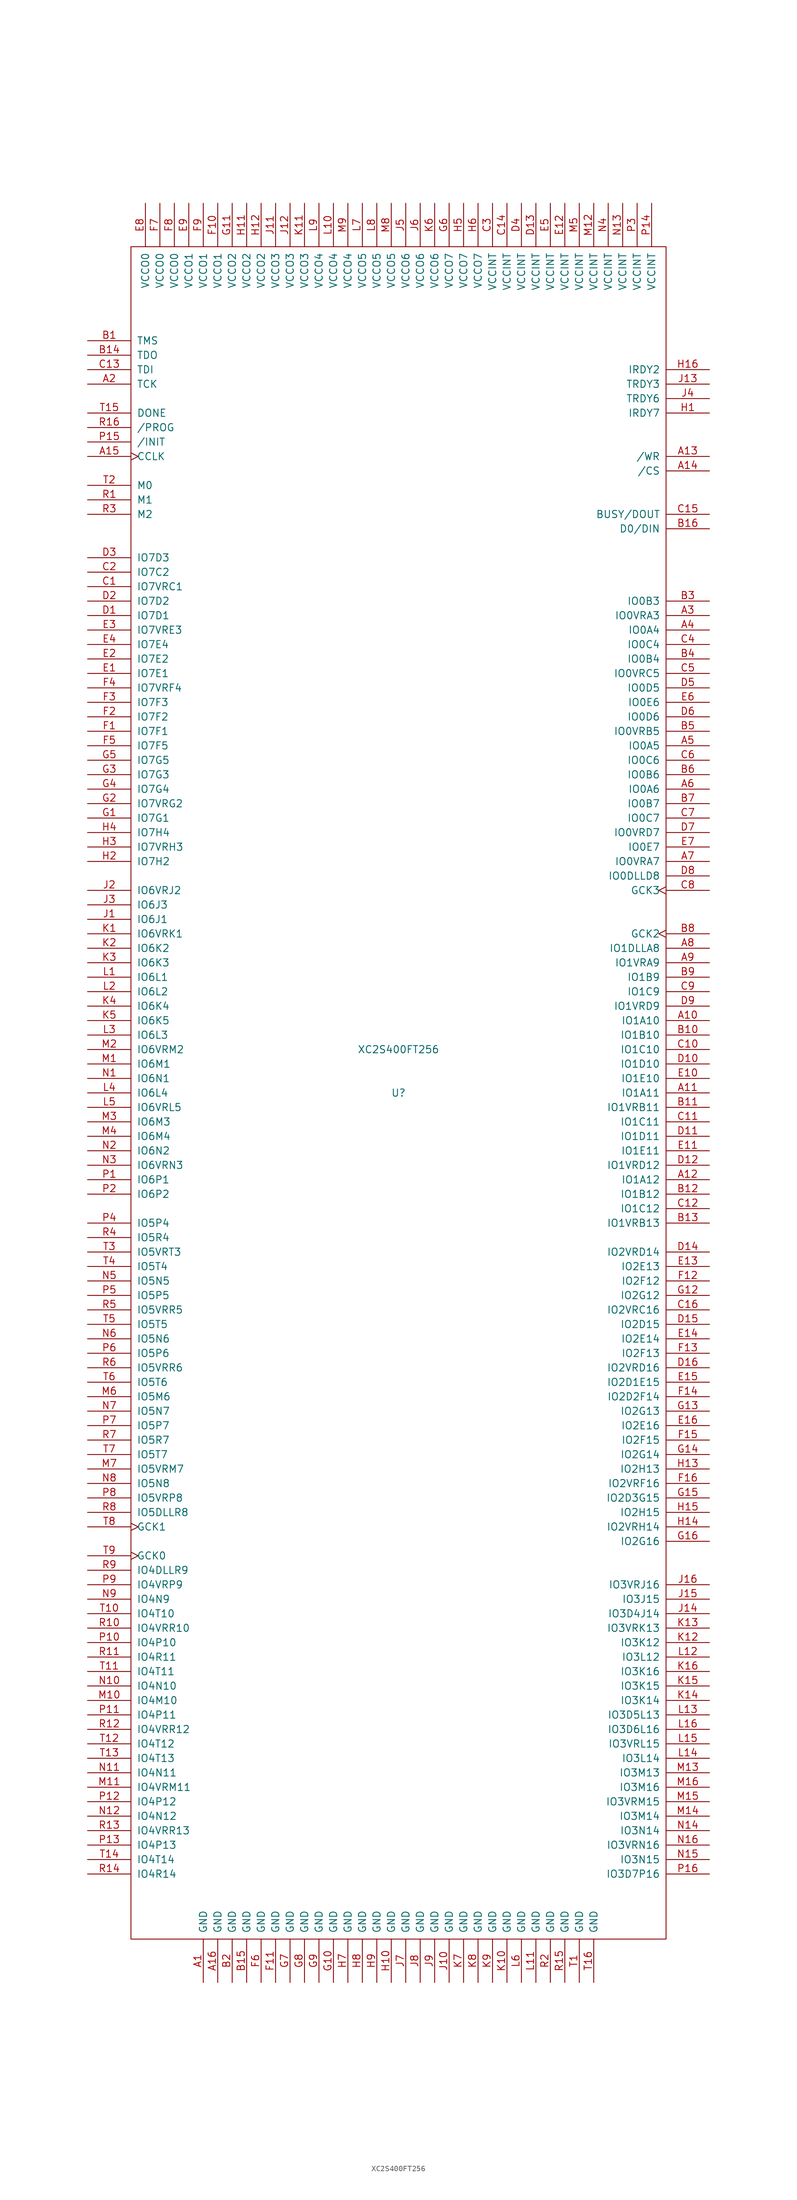
<source format=kicad_sym>
(kicad_symbol_lib
  (version 20201005)
  (generator kicad_symbol_editor)
  (symbol "XC2S400FT256"
    (pin_names
      (offset 1.016))
    (property "Reference" "U"
      (at 0 0 0)
      (effects (font (size 1.27 1.27))))
    (property "Value" "XC2S400FT256"
      (at 0 7.62 0)
      (effects (font (size 1.27 1.27))))
    (symbol "XC2S400FT256_0_1"
      (rectangle (start 46.99 -148.59) (end -46.99 148.59) (stroke (width 0)) (fill (type none))))
    (symbol "XC2S400FT256_1_1"
      (pin power_in line (at -34.29 -156.21 90) (length 7.62) (name "GND" (effects (font (size 1.27 1.27)))) (number "A1" (effects (font (size 1.27 1.27)))))
      (pin bidirectional line (at 54.61 12.7 180) (length 7.62) (name "IO1A10" (effects (font (size 1.27 1.27)))) (number "A10" (effects (font (size 1.27 1.27)))))
      (pin bidirectional line (at 54.61 0 180) (length 7.62) (name "IO1A11" (effects (font (size 1.27 1.27)))) (number "A11" (effects (font (size 1.27 1.27)))))
      (pin bidirectional line (at 54.61 -15.24 180) (length 7.62) (name "IO1A12" (effects (font (size 1.27 1.27)))) (number "A12" (effects (font (size 1.27 1.27)))))
      (pin bidirectional line (at 54.61 111.76 180) (length 7.62) (name "/WR" (effects (font (size 1.27 1.27)))) (number "A13" (effects (font (size 1.27 1.27)))))
      (pin bidirectional line (at 54.61 109.22 180) (length 7.62) (name "/CS" (effects (font (size 1.27 1.27)))) (number "A14" (effects (font (size 1.27 1.27)))))
      (pin bidirectional clock (at -54.61 111.76 0) (length 7.62) (name "CCLK" (effects (font (size 1.27 1.27)))) (number "A15" (effects (font (size 1.27 1.27)))))
      (pin power_in line (at -31.75 -156.21 90) (length 7.62) (name "GND" (effects (font (size 1.27 1.27)))) (number "A16" (effects (font (size 1.27 1.27)))))
      (pin bidirectional line (at -54.61 124.46 0) (length 7.62) (name "TCK" (effects (font (size 1.27 1.27)))) (number "A2" (effects (font (size 1.27 1.27)))))
      (pin bidirectional line (at 54.61 83.82 180) (length 7.62) (name "IO0VRA3" (effects (font (size 1.27 1.27)))) (number "A3" (effects (font (size 1.27 1.27)))))
      (pin bidirectional line (at 54.61 81.28 180) (length 7.62) (name "IO0A4" (effects (font (size 1.27 1.27)))) (number "A4" (effects (font (size 1.27 1.27)))))
      (pin bidirectional line (at 54.61 60.96 180) (length 7.62) (name "IO0A5" (effects (font (size 1.27 1.27)))) (number "A5" (effects (font (size 1.27 1.27)))))
      (pin bidirectional line (at 54.61 53.34 180) (length 7.62) (name "IO0A6" (effects (font (size 1.27 1.27)))) (number "A6" (effects (font (size 1.27 1.27)))))
      (pin bidirectional line (at 54.61 40.64 180) (length 7.62) (name "IO0VRA7" (effects (font (size 1.27 1.27)))) (number "A7" (effects (font (size 1.27 1.27)))))
      (pin bidirectional line (at 54.61 25.4 180) (length 7.62) (name "IO1DLLA8" (effects (font (size 1.27 1.27)))) (number "A8" (effects (font (size 1.27 1.27)))))
      (pin bidirectional line (at 54.61 22.86 180) (length 7.62) (name "IO1VRA9" (effects (font (size 1.27 1.27)))) (number "A9" (effects (font (size 1.27 1.27)))))
      (pin bidirectional line (at -54.61 132.08 0) (length 7.62) (name "TMS" (effects (font (size 1.27 1.27)))) (number "B1" (effects (font (size 1.27 1.27)))))
      (pin bidirectional line (at 54.61 10.16 180) (length 7.62) (name "IO1B10" (effects (font (size 1.27 1.27)))) (number "B10" (effects (font (size 1.27 1.27)))))
      (pin bidirectional line (at 54.61 -2.54 180) (length 7.62) (name "IO1VRB11" (effects (font (size 1.27 1.27)))) (number "B11" (effects (font (size 1.27 1.27)))))
      (pin bidirectional line (at 54.61 -17.78 180) (length 7.62) (name "IO1B12" (effects (font (size 1.27 1.27)))) (number "B12" (effects (font (size 1.27 1.27)))))
      (pin bidirectional line (at 54.61 -22.86 180) (length 7.62) (name "IO1VRB13" (effects (font (size 1.27 1.27)))) (number "B13" (effects (font (size 1.27 1.27)))))
      (pin bidirectional line (at -54.61 129.54 0) (length 7.62) (name "TDO" (effects (font (size 1.27 1.27)))) (number "B14" (effects (font (size 1.27 1.27)))))
      (pin power_in line (at -26.67 -156.21 90) (length 7.62) (name "GND" (effects (font (size 1.27 1.27)))) (number "B15" (effects (font (size 1.27 1.27)))))
      (pin bidirectional line (at 54.61 99.06 180) (length 7.62) (name "D0/DIN" (effects (font (size 1.27 1.27)))) (number "B16" (effects (font (size 1.27 1.27)))))
      (pin power_in line (at -29.21 -156.21 90) (length 7.62) (name "GND" (effects (font (size 1.27 1.27)))) (number "B2" (effects (font (size 1.27 1.27)))))
      (pin bidirectional line (at 54.61 86.36 180) (length 7.62) (name "IO0B3" (effects (font (size 1.27 1.27)))) (number "B3" (effects (font (size 1.27 1.27)))))
      (pin bidirectional line (at 54.61 76.2 180) (length 7.62) (name "IO0B4" (effects (font (size 1.27 1.27)))) (number "B4" (effects (font (size 1.27 1.27)))))
      (pin bidirectional line (at 54.61 63.5 180) (length 7.62) (name "IO0VRB5" (effects (font (size 1.27 1.27)))) (number "B5" (effects (font (size 1.27 1.27)))))
      (pin bidirectional line (at 54.61 55.88 180) (length 7.62) (name "IO0B6" (effects (font (size 1.27 1.27)))) (number "B6" (effects (font (size 1.27 1.27)))))
      (pin bidirectional line (at 54.61 50.8 180) (length 7.62) (name "IO0B7" (effects (font (size 1.27 1.27)))) (number "B7" (effects (font (size 1.27 1.27)))))
      (pin input clock (at 54.61 27.94 180) (length 7.62) (name "GCK2" (effects (font (size 1.27 1.27)))) (number "B8" (effects (font (size 1.27 1.27)))))
      (pin bidirectional line (at 54.61 20.32 180) (length 7.62) (name "IO1B9" (effects (font (size 1.27 1.27)))) (number "B9" (effects (font (size 1.27 1.27)))))
      (pin bidirectional line (at -54.61 88.9 0) (length 7.62) (name "IO7VRC1" (effects (font (size 1.27 1.27)))) (number "C1" (effects (font (size 1.27 1.27)))))
      (pin bidirectional line (at 54.61 7.62 180) (length 7.62) (name "IO1C10" (effects (font (size 1.27 1.27)))) (number "C10" (effects (font (size 1.27 1.27)))))
      (pin bidirectional line (at 54.61 -5.08 180) (length 7.62) (name "IO1C11" (effects (font (size 1.27 1.27)))) (number "C11" (effects (font (size 1.27 1.27)))))
      (pin bidirectional line (at 54.61 -20.32 180) (length 7.62) (name "IO1C12" (effects (font (size 1.27 1.27)))) (number "C12" (effects (font (size 1.27 1.27)))))
      (pin bidirectional line (at -54.61 127 0) (length 7.62) (name "TDI" (effects (font (size 1.27 1.27)))) (number "C13" (effects (font (size 1.27 1.27)))))
      (pin power_in line (at 19.05 156.21 270) (length 7.62) (name "VCCINT" (effects (font (size 1.27 1.27)))) (number "C14" (effects (font (size 1.27 1.27)))))
      (pin bidirectional line (at 54.61 101.6 180) (length 7.62) (name "BUSY/DOUT" (effects (font (size 1.27 1.27)))) (number "C15" (effects (font (size 1.27 1.27)))))
      (pin bidirectional line (at 54.61 -38.1 180) (length 7.62) (name "IO2VRC16" (effects (font (size 1.27 1.27)))) (number "C16" (effects (font (size 1.27 1.27)))))
      (pin bidirectional line (at -54.61 91.44 0) (length 7.62) (name "IO7C2" (effects (font (size 1.27 1.27)))) (number "C2" (effects (font (size 1.27 1.27)))))
      (pin power_in line (at 16.51 156.21 270) (length 7.62) (name "VCCINT" (effects (font (size 1.27 1.27)))) (number "C3" (effects (font (size 1.27 1.27)))))
      (pin bidirectional line (at 54.61 78.74 180) (length 7.62) (name "IO0C4" (effects (font (size 1.27 1.27)))) (number "C4" (effects (font (size 1.27 1.27)))))
      (pin bidirectional line (at 54.61 73.66 180) (length 7.62) (name "IO0VRC5" (effects (font (size 1.27 1.27)))) (number "C5" (effects (font (size 1.27 1.27)))))
      (pin bidirectional line (at 54.61 58.42 180) (length 7.62) (name "IO0C6" (effects (font (size 1.27 1.27)))) (number "C6" (effects (font (size 1.27 1.27)))))
      (pin bidirectional line (at 54.61 48.26 180) (length 7.62) (name "IO0C7" (effects (font (size 1.27 1.27)))) (number "C7" (effects (font (size 1.27 1.27)))))
      (pin input clock (at 54.61 35.56 180) (length 7.62) (name "GCK3" (effects (font (size 1.27 1.27)))) (number "C8" (effects (font (size 1.27 1.27)))))
      (pin bidirectional line (at 54.61 17.78 180) (length 7.62) (name "IO1C9" (effects (font (size 1.27 1.27)))) (number "C9" (effects (font (size 1.27 1.27)))))
      (pin bidirectional line (at -54.61 83.82 0) (length 7.62) (name "IO7D1" (effects (font (size 1.27 1.27)))) (number "D1" (effects (font (size 1.27 1.27)))))
      (pin bidirectional line (at 54.61 5.08 180) (length 7.62) (name "IO1D10" (effects (font (size 1.27 1.27)))) (number "D10" (effects (font (size 1.27 1.27)))))
      (pin bidirectional line (at 54.61 -7.62 180) (length 7.62) (name "IO1D11" (effects (font (size 1.27 1.27)))) (number "D11" (effects (font (size 1.27 1.27)))))
      (pin bidirectional line (at 54.61 -12.7 180) (length 7.62) (name "IO1VRD12" (effects (font (size 1.27 1.27)))) (number "D12" (effects (font (size 1.27 1.27)))))
      (pin power_in line (at 24.13 156.21 270) (length 7.62) (name "VCCINT" (effects (font (size 1.27 1.27)))) (number "D13" (effects (font (size 1.27 1.27)))))
      (pin bidirectional line (at 54.61 -27.94 180) (length 7.62) (name "IO2VRD14" (effects (font (size 1.27 1.27)))) (number "D14" (effects (font (size 1.27 1.27)))))
      (pin bidirectional line (at 54.61 -40.64 180) (length 7.62) (name "IO2D15" (effects (font (size 1.27 1.27)))) (number "D15" (effects (font (size 1.27 1.27)))))
      (pin bidirectional line (at 54.61 -48.26 180) (length 7.62) (name "IO2VRD16" (effects (font (size 1.27 1.27)))) (number "D16" (effects (font (size 1.27 1.27)))))
      (pin bidirectional line (at -54.61 86.36 0) (length 7.62) (name "IO7D2" (effects (font (size 1.27 1.27)))) (number "D2" (effects (font (size 1.27 1.27)))))
      (pin bidirectional line (at -54.61 93.98 0) (length 7.62) (name "IO7D3" (effects (font (size 1.27 1.27)))) (number "D3" (effects (font (size 1.27 1.27)))))
      (pin power_in line (at 21.59 156.21 270) (length 7.62) (name "VCCINT" (effects (font (size 1.27 1.27)))) (number "D4" (effects (font (size 1.27 1.27)))))
      (pin bidirectional line (at 54.61 71.12 180) (length 7.62) (name "IO0D5" (effects (font (size 1.27 1.27)))) (number "D5" (effects (font (size 1.27 1.27)))))
      (pin bidirectional line (at 54.61 66.04 180) (length 7.62) (name "IO0D6" (effects (font (size 1.27 1.27)))) (number "D6" (effects (font (size 1.27 1.27)))))
      (pin bidirectional line (at 54.61 45.72 180) (length 7.62) (name "IO0VRD7" (effects (font (size 1.27 1.27)))) (number "D7" (effects (font (size 1.27 1.27)))))
      (pin bidirectional line (at 54.61 38.1 180) (length 7.62) (name "IO0DLLD8" (effects (font (size 1.27 1.27)))) (number "D8" (effects (font (size 1.27 1.27)))))
      (pin bidirectional line (at 54.61 15.24 180) (length 7.62) (name "IO1VRD9" (effects (font (size 1.27 1.27)))) (number "D9" (effects (font (size 1.27 1.27)))))
      (pin bidirectional line (at -54.61 73.66 0) (length 7.62) (name "IO7E1" (effects (font (size 1.27 1.27)))) (number "E1" (effects (font (size 1.27 1.27)))))
      (pin bidirectional line (at 54.61 2.54 180) (length 7.62) (name "IO1E10" (effects (font (size 1.27 1.27)))) (number "E10" (effects (font (size 1.27 1.27)))))
      (pin bidirectional line (at 54.61 -10.16 180) (length 7.62) (name "IO1E11" (effects (font (size 1.27 1.27)))) (number "E11" (effects (font (size 1.27 1.27)))))
      (pin power_in line (at 29.21 156.21 270) (length 7.62) (name "VCCINT" (effects (font (size 1.27 1.27)))) (number "E12" (effects (font (size 1.27 1.27)))))
      (pin bidirectional line (at 54.61 -30.48 180) (length 7.62) (name "IO2E13" (effects (font (size 1.27 1.27)))) (number "E13" (effects (font (size 1.27 1.27)))))
      (pin bidirectional line (at 54.61 -43.18 180) (length 7.62) (name "IO2E14" (effects (font (size 1.27 1.27)))) (number "E14" (effects (font (size 1.27 1.27)))))
      (pin bidirectional line (at 54.61 -50.8 180) (length 7.62) (name "IO2D1E15" (effects (font (size 1.27 1.27)))) (number "E15" (effects (font (size 1.27 1.27)))))
      (pin bidirectional line (at 54.61 -58.42 180) (length 7.62) (name "IO2E16" (effects (font (size 1.27 1.27)))) (number "E16" (effects (font (size 1.27 1.27)))))
      (pin bidirectional line (at -54.61 76.2 0) (length 7.62) (name "IO7E2" (effects (font (size 1.27 1.27)))) (number "E2" (effects (font (size 1.27 1.27)))))
      (pin bidirectional line (at -54.61 81.28 0) (length 7.62) (name "IO7VRE3" (effects (font (size 1.27 1.27)))) (number "E3" (effects (font (size 1.27 1.27)))))
      (pin bidirectional line (at -54.61 78.74 0) (length 7.62) (name "IO7E4" (effects (font (size 1.27 1.27)))) (number "E4" (effects (font (size 1.27 1.27)))))
      (pin power_in line (at 26.67 156.21 270) (length 7.62) (name "VCCINT" (effects (font (size 1.27 1.27)))) (number "E5" (effects (font (size 1.27 1.27)))))
      (pin bidirectional line (at 54.61 68.58 180) (length 7.62) (name "IO0E6" (effects (font (size 1.27 1.27)))) (number "E6" (effects (font (size 1.27 1.27)))))
      (pin bidirectional line (at 54.61 43.18 180) (length 7.62) (name "IO0E7" (effects (font (size 1.27 1.27)))) (number "E7" (effects (font (size 1.27 1.27)))))
      (pin power_in line (at -44.45 156.21 270) (length 7.62) (name "VCCO0" (effects (font (size 1.27 1.27)))) (number "E8" (effects (font (size 1.27 1.27)))))
      (pin power_in line (at -36.83 156.21 270) (length 7.62) (name "VCCO1" (effects (font (size 1.27 1.27)))) (number "E9" (effects (font (size 1.27 1.27)))))
      (pin bidirectional line (at -54.61 63.5 0) (length 7.62) (name "IO7F1" (effects (font (size 1.27 1.27)))) (number "F1" (effects (font (size 1.27 1.27)))))
      (pin power_in line (at -31.75 156.21 270) (length 7.62) (name "VCCO1" (effects (font (size 1.27 1.27)))) (number "F10" (effects (font (size 1.27 1.27)))))
      (pin power_in line (at -21.59 -156.21 90) (length 7.62) (name "GND" (effects (font (size 1.27 1.27)))) (number "F11" (effects (font (size 1.27 1.27)))))
      (pin bidirectional line (at 54.61 -33.02 180) (length 7.62) (name "IO2F12" (effects (font (size 1.27 1.27)))) (number "F12" (effects (font (size 1.27 1.27)))))
      (pin bidirectional line (at 54.61 -45.72 180) (length 7.62) (name "IO2F13" (effects (font (size 1.27 1.27)))) (number "F13" (effects (font (size 1.27 1.27)))))
      (pin bidirectional line (at 54.61 -53.34 180) (length 7.62) (name "IO2D2F14" (effects (font (size 1.27 1.27)))) (number "F14" (effects (font (size 1.27 1.27)))))
      (pin bidirectional line (at 54.61 -60.96 180) (length 7.62) (name "IO2F15" (effects (font (size 1.27 1.27)))) (number "F15" (effects (font (size 1.27 1.27)))))
      (pin bidirectional line (at 54.61 -68.58 180) (length 7.62) (name "IO2VRF16" (effects (font (size 1.27 1.27)))) (number "F16" (effects (font (size 1.27 1.27)))))
      (pin bidirectional line (at -54.61 66.04 0) (length 7.62) (name "IO7F2" (effects (font (size 1.27 1.27)))) (number "F2" (effects (font (size 1.27 1.27)))))
      (pin bidirectional line (at -54.61 68.58 0) (length 7.62) (name "IO7F3" (effects (font (size 1.27 1.27)))) (number "F3" (effects (font (size 1.27 1.27)))))
      (pin bidirectional line (at -54.61 71.12 0) (length 7.62) (name "IO7VRF4" (effects (font (size 1.27 1.27)))) (number "F4" (effects (font (size 1.27 1.27)))))
      (pin bidirectional line (at -54.61 60.96 0) (length 7.62) (name "IO7F5" (effects (font (size 1.27 1.27)))) (number "F5" (effects (font (size 1.27 1.27)))))
      (pin power_in line (at -24.13 -156.21 90) (length 7.62) (name "GND" (effects (font (size 1.27 1.27)))) (number "F6" (effects (font (size 1.27 1.27)))))
      (pin power_in line (at -41.91 156.21 270) (length 7.62) (name "VCCO0" (effects (font (size 1.27 1.27)))) (number "F7" (effects (font (size 1.27 1.27)))))
      (pin power_in line (at -39.37 156.21 270) (length 7.62) (name "VCCO0" (effects (font (size 1.27 1.27)))) (number "F8" (effects (font (size 1.27 1.27)))))
      (pin power_in line (at -34.29 156.21 270) (length 7.62) (name "VCCO1" (effects (font (size 1.27 1.27)))) (number "F9" (effects (font (size 1.27 1.27)))))
      (pin bidirectional line (at -54.61 48.26 0) (length 7.62) (name "IO7G1" (effects (font (size 1.27 1.27)))) (number "G1" (effects (font (size 1.27 1.27)))))
      (pin power_in line (at -11.43 -156.21 90) (length 7.62) (name "GND" (effects (font (size 1.27 1.27)))) (number "G10" (effects (font (size 1.27 1.27)))))
      (pin power_in line (at -29.21 156.21 270) (length 7.62) (name "VCCO2" (effects (font (size 1.27 1.27)))) (number "G11" (effects (font (size 1.27 1.27)))))
      (pin bidirectional line (at 54.61 -35.56 180) (length 7.62) (name "IO2G12" (effects (font (size 1.27 1.27)))) (number "G12" (effects (font (size 1.27 1.27)))))
      (pin bidirectional line (at 54.61 -55.88 180) (length 7.62) (name "IO2G13" (effects (font (size 1.27 1.27)))) (number "G13" (effects (font (size 1.27 1.27)))))
      (pin bidirectional line (at 54.61 -63.5 180) (length 7.62) (name "IO2G14" (effects (font (size 1.27 1.27)))) (number "G14" (effects (font (size 1.27 1.27)))))
      (pin bidirectional line (at 54.61 -71.12 180) (length 7.62) (name "IO2D3G15" (effects (font (size 1.27 1.27)))) (number "G15" (effects (font (size 1.27 1.27)))))
      (pin bidirectional line (at 54.61 -78.74 180) (length 7.62) (name "IO2G16" (effects (font (size 1.27 1.27)))) (number "G16" (effects (font (size 1.27 1.27)))))
      (pin bidirectional line (at -54.61 50.8 0) (length 7.62) (name "IO7VRG2" (effects (font (size 1.27 1.27)))) (number "G2" (effects (font (size 1.27 1.27)))))
      (pin bidirectional line (at -54.61 55.88 0) (length 7.62) (name "IO7G3" (effects (font (size 1.27 1.27)))) (number "G3" (effects (font (size 1.27 1.27)))))
      (pin bidirectional line (at -54.61 53.34 0) (length 7.62) (name "IO7G4" (effects (font (size 1.27 1.27)))) (number "G4" (effects (font (size 1.27 1.27)))))
      (pin bidirectional line (at -54.61 58.42 0) (length 7.62) (name "IO7G5" (effects (font (size 1.27 1.27)))) (number "G5" (effects (font (size 1.27 1.27)))))
      (pin power_in line (at 8.89 156.21 270) (length 7.62) (name "VCCO7" (effects (font (size 1.27 1.27)))) (number "G6" (effects (font (size 1.27 1.27)))))
      (pin power_in line (at -19.05 -156.21 90) (length 7.62) (name "GND" (effects (font (size 1.27 1.27)))) (number "G7" (effects (font (size 1.27 1.27)))))
      (pin power_in line (at -16.51 -156.21 90) (length 7.62) (name "GND" (effects (font (size 1.27 1.27)))) (number "G8" (effects (font (size 1.27 1.27)))))
      (pin power_in line (at -13.97 -156.21 90) (length 7.62) (name "GND" (effects (font (size 1.27 1.27)))) (number "G9" (effects (font (size 1.27 1.27)))))
      (pin bidirectional line (at 54.61 119.38 180) (length 7.62) (name "IRDY7" (effects (font (size 1.27 1.27)))) (number "H1" (effects (font (size 1.27 1.27)))))
      (pin power_in line (at -1.27 -156.21 90) (length 7.62) (name "GND" (effects (font (size 1.27 1.27)))) (number "H10" (effects (font (size 1.27 1.27)))))
      (pin power_in line (at -26.67 156.21 270) (length 7.62) (name "VCCO2" (effects (font (size 1.27 1.27)))) (number "H11" (effects (font (size 1.27 1.27)))))
      (pin power_in line (at -24.13 156.21 270) (length 7.62) (name "VCCO2" (effects (font (size 1.27 1.27)))) (number "H12" (effects (font (size 1.27 1.27)))))
      (pin bidirectional line (at 54.61 -66.04 180) (length 7.62) (name "IO2H13" (effects (font (size 1.27 1.27)))) (number "H13" (effects (font (size 1.27 1.27)))))
      (pin bidirectional line (at 54.61 -76.2 180) (length 7.62) (name "IO2VRH14" (effects (font (size 1.27 1.27)))) (number "H14" (effects (font (size 1.27 1.27)))))
      (pin bidirectional line (at 54.61 -73.66 180) (length 7.62) (name "IO2H15" (effects (font (size 1.27 1.27)))) (number "H15" (effects (font (size 1.27 1.27)))))
      (pin bidirectional line (at 54.61 127 180) (length 7.62) (name "IRDY2" (effects (font (size 1.27 1.27)))) (number "H16" (effects (font (size 1.27 1.27)))))
      (pin bidirectional line (at -54.61 40.64 0) (length 7.62) (name "IO7H2" (effects (font (size 1.27 1.27)))) (number "H2" (effects (font (size 1.27 1.27)))))
      (pin bidirectional line (at -54.61 43.18 0) (length 7.62) (name "IO7VRH3" (effects (font (size 1.27 1.27)))) (number "H3" (effects (font (size 1.27 1.27)))))
      (pin bidirectional line (at -54.61 45.72 0) (length 7.62) (name "IO7H4" (effects (font (size 1.27 1.27)))) (number "H4" (effects (font (size 1.27 1.27)))))
      (pin power_in line (at 11.43 156.21 270) (length 7.62) (name "VCCO7" (effects (font (size 1.27 1.27)))) (number "H5" (effects (font (size 1.27 1.27)))))
      (pin power_in line (at 13.97 156.21 270) (length 7.62) (name "VCCO7" (effects (font (size 1.27 1.27)))) (number "H6" (effects (font (size 1.27 1.27)))))
      (pin power_in line (at -8.89 -156.21 90) (length 7.62) (name "GND" (effects (font (size 1.27 1.27)))) (number "H7" (effects (font (size 1.27 1.27)))))
      (pin power_in line (at -6.35 -156.21 90) (length 7.62) (name "GND" (effects (font (size 1.27 1.27)))) (number "H8" (effects (font (size 1.27 1.27)))))
      (pin power_in line (at -3.81 -156.21 90) (length 7.62) (name "GND" (effects (font (size 1.27 1.27)))) (number "H9" (effects (font (size 1.27 1.27)))))
      (pin bidirectional line (at -54.61 30.48 0) (length 7.62) (name "IO6J1" (effects (font (size 1.27 1.27)))) (number "J1" (effects (font (size 1.27 1.27)))))
      (pin power_in line (at 8.89 -156.21 90) (length 7.62) (name "GND" (effects (font (size 1.27 1.27)))) (number "J10" (effects (font (size 1.27 1.27)))))
      (pin power_in line (at -21.59 156.21 270) (length 7.62) (name "VCCO3" (effects (font (size 1.27 1.27)))) (number "J11" (effects (font (size 1.27 1.27)))))
      (pin power_in line (at -19.05 156.21 270) (length 7.62) (name "VCCO3" (effects (font (size 1.27 1.27)))) (number "J12" (effects (font (size 1.27 1.27)))))
      (pin bidirectional line (at 54.61 124.46 180) (length 7.62) (name "TRDY3" (effects (font (size 1.27 1.27)))) (number "J13" (effects (font (size 1.27 1.27)))))
      (pin bidirectional line (at 54.61 -91.44 180) (length 7.62) (name "IO3D4J14" (effects (font (size 1.27 1.27)))) (number "J14" (effects (font (size 1.27 1.27)))))
      (pin bidirectional line (at 54.61 -88.9 180) (length 7.62) (name "IO3J15" (effects (font (size 1.27 1.27)))) (number "J15" (effects (font (size 1.27 1.27)))))
      (pin bidirectional line (at 54.61 -86.36 180) (length 7.62) (name "IO3VRJ16" (effects (font (size 1.27 1.27)))) (number "J16" (effects (font (size 1.27 1.27)))))
      (pin bidirectional line (at -54.61 35.56 0) (length 7.62) (name "IO6VRJ2" (effects (font (size 1.27 1.27)))) (number "J2" (effects (font (size 1.27 1.27)))))
      (pin bidirectional line (at -54.61 33.02 0) (length 7.62) (name "IO6J3" (effects (font (size 1.27 1.27)))) (number "J3" (effects (font (size 1.27 1.27)))))
      (pin bidirectional line (at 54.61 121.92 180) (length 7.62) (name "TRDY6" (effects (font (size 1.27 1.27)))) (number "J4" (effects (font (size 1.27 1.27)))))
      (pin power_in line (at 1.27 156.21 270) (length 7.62) (name "VCCO6" (effects (font (size 1.27 1.27)))) (number "J5" (effects (font (size 1.27 1.27)))))
      (pin power_in line (at 3.81 156.21 270) (length 7.62) (name "VCCO6" (effects (font (size 1.27 1.27)))) (number "J6" (effects (font (size 1.27 1.27)))))
      (pin power_in line (at 1.27 -156.21 90) (length 7.62) (name "GND" (effects (font (size 1.27 1.27)))) (number "J7" (effects (font (size 1.27 1.27)))))
      (pin power_in line (at 3.81 -156.21 90) (length 7.62) (name "GND" (effects (font (size 1.27 1.27)))) (number "J8" (effects (font (size 1.27 1.27)))))
      (pin power_in line (at 6.35 -156.21 90) (length 7.62) (name "GND" (effects (font (size 1.27 1.27)))) (number "J9" (effects (font (size 1.27 1.27)))))
      (pin bidirectional line (at -54.61 27.94 0) (length 7.62) (name "IO6VRK1" (effects (font (size 1.27 1.27)))) (number "K1" (effects (font (size 1.27 1.27)))))
      (pin power_in line (at 19.05 -156.21 90) (length 7.62) (name "GND" (effects (font (size 1.27 1.27)))) (number "K10" (effects (font (size 1.27 1.27)))))
      (pin power_in line (at -16.51 156.21 270) (length 7.62) (name "VCCO3" (effects (font (size 1.27 1.27)))) (number "K11" (effects (font (size 1.27 1.27)))))
      (pin bidirectional line (at 54.61 -96.52 180) (length 7.62) (name "IO3K12" (effects (font (size 1.27 1.27)))) (number "K12" (effects (font (size 1.27 1.27)))))
      (pin bidirectional line (at 54.61 -93.98 180) (length 7.62) (name "IO3VRK13" (effects (font (size 1.27 1.27)))) (number "K13" (effects (font (size 1.27 1.27)))))
      (pin bidirectional line (at 54.61 -106.68 180) (length 7.62) (name "IO3K14" (effects (font (size 1.27 1.27)))) (number "K14" (effects (font (size 1.27 1.27)))))
      (pin bidirectional line (at 54.61 -104.14 180) (length 7.62) (name "IO3K15" (effects (font (size 1.27 1.27)))) (number "K15" (effects (font (size 1.27 1.27)))))
      (pin bidirectional line (at 54.61 -101.6 180) (length 7.62) (name "IO3K16" (effects (font (size 1.27 1.27)))) (number "K16" (effects (font (size 1.27 1.27)))))
      (pin bidirectional line (at -54.61 25.4 0) (length 7.62) (name "IO6K2" (effects (font (size 1.27 1.27)))) (number "K2" (effects (font (size 1.27 1.27)))))
      (pin bidirectional line (at -54.61 22.86 0) (length 7.62) (name "IO6K3" (effects (font (size 1.27 1.27)))) (number "K3" (effects (font (size 1.27 1.27)))))
      (pin bidirectional line (at -54.61 15.24 0) (length 7.62) (name "IO6K4" (effects (font (size 1.27 1.27)))) (number "K4" (effects (font (size 1.27 1.27)))))
      (pin bidirectional line (at -54.61 12.7 0) (length 7.62) (name "IO6K5" (effects (font (size 1.27 1.27)))) (number "K5" (effects (font (size 1.27 1.27)))))
      (pin power_in line (at 6.35 156.21 270) (length 7.62) (name "VCCO6" (effects (font (size 1.27 1.27)))) (number "K6" (effects (font (size 1.27 1.27)))))
      (pin power_in line (at 11.43 -156.21 90) (length 7.62) (name "GND" (effects (font (size 1.27 1.27)))) (number "K7" (effects (font (size 1.27 1.27)))))
      (pin power_in line (at 13.97 -156.21 90) (length 7.62) (name "GND" (effects (font (size 1.27 1.27)))) (number "K8" (effects (font (size 1.27 1.27)))))
      (pin power_in line (at 16.51 -156.21 90) (length 7.62) (name "GND" (effects (font (size 1.27 1.27)))) (number "K9" (effects (font (size 1.27 1.27)))))
      (pin bidirectional line (at -54.61 20.32 0) (length 7.62) (name "IO6L1" (effects (font (size 1.27 1.27)))) (number "L1" (effects (font (size 1.27 1.27)))))
      (pin power_in line (at -11.43 156.21 270) (length 7.62) (name "VCCO4" (effects (font (size 1.27 1.27)))) (number "L10" (effects (font (size 1.27 1.27)))))
      (pin power_in line (at 24.13 -156.21 90) (length 7.62) (name "GND" (effects (font (size 1.27 1.27)))) (number "L11" (effects (font (size 1.27 1.27)))))
      (pin bidirectional line (at 54.61 -99.06 180) (length 7.62) (name "IO3L12" (effects (font (size 1.27 1.27)))) (number "L12" (effects (font (size 1.27 1.27)))))
      (pin bidirectional line (at 54.61 -109.22 180) (length 7.62) (name "IO3D5L13" (effects (font (size 1.27 1.27)))) (number "L13" (effects (font (size 1.27 1.27)))))
      (pin bidirectional line (at 54.61 -116.84 180) (length 7.62) (name "IO3L14" (effects (font (size 1.27 1.27)))) (number "L14" (effects (font (size 1.27 1.27)))))
      (pin bidirectional line (at 54.61 -114.3 180) (length 7.62) (name "IO3VRL15" (effects (font (size 1.27 1.27)))) (number "L15" (effects (font (size 1.27 1.27)))))
      (pin bidirectional line (at 54.61 -111.76 180) (length 7.62) (name "IO3D6L16" (effects (font (size 1.27 1.27)))) (number "L16" (effects (font (size 1.27 1.27)))))
      (pin bidirectional line (at -54.61 17.78 0) (length 7.62) (name "IO6L2" (effects (font (size 1.27 1.27)))) (number "L2" (effects (font (size 1.27 1.27)))))
      (pin bidirectional line (at -54.61 10.16 0) (length 7.62) (name "IO6L3" (effects (font (size 1.27 1.27)))) (number "L3" (effects (font (size 1.27 1.27)))))
      (pin bidirectional line (at -54.61 0 0) (length 7.62) (name "IO6L4" (effects (font (size 1.27 1.27)))) (number "L4" (effects (font (size 1.27 1.27)))))
      (pin bidirectional line (at -54.61 -2.54 0) (length 7.62) (name "IO6VRL5" (effects (font (size 1.27 1.27)))) (number "L5" (effects (font (size 1.27 1.27)))))
      (pin power_in line (at 21.59 -156.21 90) (length 7.62) (name "GND" (effects (font (size 1.27 1.27)))) (number "L6" (effects (font (size 1.27 1.27)))))
      (pin power_in line (at -6.35 156.21 270) (length 7.62) (name "VCCO5" (effects (font (size 1.27 1.27)))) (number "L7" (effects (font (size 1.27 1.27)))))
      (pin power_in line (at -3.81 156.21 270) (length 7.62) (name "VCCO5" (effects (font (size 1.27 1.27)))) (number "L8" (effects (font (size 1.27 1.27)))))
      (pin passive line (at -13.97 156.21 270) (length 7.62) (name "VCCO4" (effects (font (size 1.27 1.27)))) (number "L9" (effects (font (size 1.27 1.27)))))
      (pin bidirectional line (at -54.61 5.08 0) (length 7.62) (name "IO6M1" (effects (font (size 1.27 1.27)))) (number "M1" (effects (font (size 1.27 1.27)))))
      (pin bidirectional line (at -54.61 -106.68 0) (length 7.62) (name "IO4M10" (effects (font (size 1.27 1.27)))) (number "M10" (effects (font (size 1.27 1.27)))))
      (pin bidirectional line (at -54.61 -121.92 0) (length 7.62) (name "IO4VRM11" (effects (font (size 1.27 1.27)))) (number "M11" (effects (font (size 1.27 1.27)))))
      (pin power_in line (at 34.29 156.21 270) (length 7.62) (name "VCCINT" (effects (font (size 1.27 1.27)))) (number "M12" (effects (font (size 1.27 1.27)))))
      (pin bidirectional line (at 54.61 -119.38 180) (length 7.62) (name "IO3M13" (effects (font (size 1.27 1.27)))) (number "M13" (effects (font (size 1.27 1.27)))))
      (pin bidirectional line (at 54.61 -127 180) (length 7.62) (name "IO3M14" (effects (font (size 1.27 1.27)))) (number "M14" (effects (font (size 1.27 1.27)))))
      (pin bidirectional line (at 54.61 -124.46 180) (length 7.62) (name "IO3VRM15" (effects (font (size 1.27 1.27)))) (number "M15" (effects (font (size 1.27 1.27)))))
      (pin bidirectional line (at 54.61 -121.92 180) (length 7.62) (name "IO3M16" (effects (font (size 1.27 1.27)))) (number "M16" (effects (font (size 1.27 1.27)))))
      (pin bidirectional line (at -54.61 7.62 0) (length 7.62) (name "IO6VRM2" (effects (font (size 1.27 1.27)))) (number "M2" (effects (font (size 1.27 1.27)))))
      (pin bidirectional line (at -54.61 -5.08 0) (length 7.62) (name "IO6M3" (effects (font (size 1.27 1.27)))) (number "M3" (effects (font (size 1.27 1.27)))))
      (pin bidirectional line (at -54.61 -7.62 0) (length 7.62) (name "IO6M4" (effects (font (size 1.27 1.27)))) (number "M4" (effects (font (size 1.27 1.27)))))
      (pin power_in line (at 31.75 156.21 270) (length 7.62) (name "VCCINT" (effects (font (size 1.27 1.27)))) (number "M5" (effects (font (size 1.27 1.27)))))
      (pin bidirectional line (at -54.61 -53.34 0) (length 7.62) (name "IO5M6" (effects (font (size 1.27 1.27)))) (number "M6" (effects (font (size 1.27 1.27)))))
      (pin bidirectional line (at -54.61 -66.04 0) (length 7.62) (name "IO5VRM7" (effects (font (size 1.27 1.27)))) (number "M7" (effects (font (size 1.27 1.27)))))
      (pin power_in line (at -1.27 156.21 270) (length 7.62) (name "VCCO5" (effects (font (size 1.27 1.27)))) (number "M8" (effects (font (size 1.27 1.27)))))
      (pin power_in line (at -8.89 156.21 270) (length 7.62) (name "VCCO4" (effects (font (size 1.27 1.27)))) (number "M9" (effects (font (size 1.27 1.27)))))
      (pin bidirectional line (at -54.61 2.54 0) (length 7.62) (name "IO6N1" (effects (font (size 1.27 1.27)))) (number "N1" (effects (font (size 1.27 1.27)))))
      (pin bidirectional line (at -54.61 -104.14 0) (length 7.62) (name "IO4N10" (effects (font (size 1.27 1.27)))) (number "N10" (effects (font (size 1.27 1.27)))))
      (pin bidirectional line (at -54.61 -119.38 0) (length 7.62) (name "IO4N11" (effects (font (size 1.27 1.27)))) (number "N11" (effects (font (size 1.27 1.27)))))
      (pin bidirectional line (at -54.61 -127 0) (length 7.62) (name "IO4N12" (effects (font (size 1.27 1.27)))) (number "N12" (effects (font (size 1.27 1.27)))))
      (pin power_in line (at 39.37 156.21 270) (length 7.62) (name "VCCINT" (effects (font (size 1.27 1.27)))) (number "N13" (effects (font (size 1.27 1.27)))))
      (pin bidirectional line (at 54.61 -129.54 180) (length 7.62) (name "IO3N14" (effects (font (size 1.27 1.27)))) (number "N14" (effects (font (size 1.27 1.27)))))
      (pin bidirectional line (at 54.61 -134.62 180) (length 7.62) (name "IO3N15" (effects (font (size 1.27 1.27)))) (number "N15" (effects (font (size 1.27 1.27)))))
      (pin bidirectional line (at 54.61 -132.08 180) (length 7.62) (name "IO3VRN16" (effects (font (size 1.27 1.27)))) (number "N16" (effects (font (size 1.27 1.27)))))
      (pin bidirectional line (at -54.61 -10.16 0) (length 7.62) (name "IO6N2" (effects (font (size 1.27 1.27)))) (number "N2" (effects (font (size 1.27 1.27)))))
      (pin bidirectional line (at -54.61 -12.7 0) (length 7.62) (name "IO6VRN3" (effects (font (size 1.27 1.27)))) (number "N3" (effects (font (size 1.27 1.27)))))
      (pin power_in line (at 36.83 156.21 270) (length 7.62) (name "VCCINT" (effects (font (size 1.27 1.27)))) (number "N4" (effects (font (size 1.27 1.27)))))
      (pin bidirectional line (at -54.61 -33.02 0) (length 7.62) (name "IO5N5" (effects (font (size 1.27 1.27)))) (number "N5" (effects (font (size 1.27 1.27)))))
      (pin bidirectional line (at -54.61 -43.18 0) (length 7.62) (name "IO5N6" (effects (font (size 1.27 1.27)))) (number "N6" (effects (font (size 1.27 1.27)))))
      (pin bidirectional line (at -54.61 -55.88 0) (length 7.62) (name "IO5N7" (effects (font (size 1.27 1.27)))) (number "N7" (effects (font (size 1.27 1.27)))))
      (pin bidirectional line (at -54.61 -68.58 0) (length 7.62) (name "IO5N8" (effects (font (size 1.27 1.27)))) (number "N8" (effects (font (size 1.27 1.27)))))
      (pin bidirectional line (at -54.61 -88.9 0) (length 7.62) (name "IO4N9" (effects (font (size 1.27 1.27)))) (number "N9" (effects (font (size 1.27 1.27)))))
      (pin bidirectional line (at -54.61 -15.24 0) (length 7.62) (name "IO6P1" (effects (font (size 1.27 1.27)))) (number "P1" (effects (font (size 1.27 1.27)))))
      (pin bidirectional line (at -54.61 -96.52 0) (length 7.62) (name "IO4P10" (effects (font (size 1.27 1.27)))) (number "P10" (effects (font (size 1.27 1.27)))))
      (pin bidirectional line (at -54.61 -109.22 0) (length 7.62) (name "IO4P11" (effects (font (size 1.27 1.27)))) (number "P11" (effects (font (size 1.27 1.27)))))
      (pin bidirectional line (at -54.61 -124.46 0) (length 7.62) (name "IO4P12" (effects (font (size 1.27 1.27)))) (number "P12" (effects (font (size 1.27 1.27)))))
      (pin bidirectional line (at -54.61 -132.08 0) (length 7.62) (name "IO4P13" (effects (font (size 1.27 1.27)))) (number "P13" (effects (font (size 1.27 1.27)))))
      (pin power_in line (at 44.45 156.21 270) (length 7.62) (name "VCCINT" (effects (font (size 1.27 1.27)))) (number "P14" (effects (font (size 1.27 1.27)))))
      (pin bidirectional line (at -54.61 114.3 0) (length 7.62) (name "/INIT" (effects (font (size 1.27 1.27)))) (number "P15" (effects (font (size 1.27 1.27)))))
      (pin bidirectional line (at 54.61 -137.16 180) (length 7.62) (name "IO3D7P16" (effects (font (size 1.27 1.27)))) (number "P16" (effects (font (size 1.27 1.27)))))
      (pin bidirectional line (at -54.61 -17.78 0) (length 7.62) (name "IO6P2" (effects (font (size 1.27 1.27)))) (number "P2" (effects (font (size 1.27 1.27)))))
      (pin power_in line (at 41.91 156.21 270) (length 7.62) (name "VCCINT" (effects (font (size 1.27 1.27)))) (number "P3" (effects (font (size 1.27 1.27)))))
      (pin bidirectional line (at -54.61 -22.86 0) (length 7.62) (name "IO5P4" (effects (font (size 1.27 1.27)))) (number "P4" (effects (font (size 1.27 1.27)))))
      (pin bidirectional line (at -54.61 -35.56 0) (length 7.62) (name "IO5P5" (effects (font (size 1.27 1.27)))) (number "P5" (effects (font (size 1.27 1.27)))))
      (pin bidirectional line (at -54.61 -45.72 0) (length 7.62) (name "IO5P6" (effects (font (size 1.27 1.27)))) (number "P6" (effects (font (size 1.27 1.27)))))
      (pin bidirectional line (at -54.61 -58.42 0) (length 7.62) (name "IO5P7" (effects (font (size 1.27 1.27)))) (number "P7" (effects (font (size 1.27 1.27)))))
      (pin bidirectional line (at -54.61 -71.12 0) (length 7.62) (name "IO5VRP8" (effects (font (size 1.27 1.27)))) (number "P8" (effects (font (size 1.27 1.27)))))
      (pin bidirectional line (at -54.61 -86.36 0) (length 7.62) (name "IO4VRP9" (effects (font (size 1.27 1.27)))) (number "P9" (effects (font (size 1.27 1.27)))))
      (pin input line (at -54.61 104.14 0) (length 7.62) (name "M1" (effects (font (size 1.27 1.27)))) (number "R1" (effects (font (size 1.27 1.27)))))
      (pin bidirectional line (at -54.61 -93.98 0) (length 7.62) (name "IO4VRR10" (effects (font (size 1.27 1.27)))) (number "R10" (effects (font (size 1.27 1.27)))))
      (pin bidirectional line (at -54.61 -99.06 0) (length 7.62) (name "IO4R11" (effects (font (size 1.27 1.27)))) (number "R11" (effects (font (size 1.27 1.27)))))
      (pin bidirectional line (at -54.61 -111.76 0) (length 7.62) (name "IO4VRR12" (effects (font (size 1.27 1.27)))) (number "R12" (effects (font (size 1.27 1.27)))))
      (pin bidirectional line (at -54.61 -129.54 0) (length 7.62) (name "IO4VRR13" (effects (font (size 1.27 1.27)))) (number "R13" (effects (font (size 1.27 1.27)))))
      (pin bidirectional line (at -54.61 -137.16 0) (length 7.62) (name "IO4R14" (effects (font (size 1.27 1.27)))) (number "R14" (effects (font (size 1.27 1.27)))))
      (pin power_in line (at 29.21 -156.21 90) (length 7.62) (name "GND" (effects (font (size 1.27 1.27)))) (number "R15" (effects (font (size 1.27 1.27)))))
      (pin input line (at -54.61 116.84 0) (length 7.62) (name "/PROG" (effects (font (size 1.27 1.27)))) (number "R16" (effects (font (size 1.27 1.27)))))
      (pin power_in line (at 26.67 -156.21 90) (length 7.62) (name "GND" (effects (font (size 1.27 1.27)))) (number "R2" (effects (font (size 1.27 1.27)))))
      (pin input line (at -54.61 101.6 0) (length 7.62) (name "M2" (effects (font (size 1.27 1.27)))) (number "R3" (effects (font (size 1.27 1.27)))))
      (pin bidirectional line (at -54.61 -25.4 0) (length 7.62) (name "IO5R4" (effects (font (size 1.27 1.27)))) (number "R4" (effects (font (size 1.27 1.27)))))
      (pin bidirectional line (at -54.61 -38.1 0) (length 7.62) (name "IO5VRR5" (effects (font (size 1.27 1.27)))) (number "R5" (effects (font (size 1.27 1.27)))))
      (pin bidirectional line (at -54.61 -48.26 0) (length 7.62) (name "IO5VRR6" (effects (font (size 1.27 1.27)))) (number "R6" (effects (font (size 1.27 1.27)))))
      (pin bidirectional line (at -54.61 -60.96 0) (length 7.62) (name "IO5R7" (effects (font (size 1.27 1.27)))) (number "R7" (effects (font (size 1.27 1.27)))))
      (pin bidirectional line (at -54.61 -73.66 0) (length 7.62) (name "IO5DLLR8" (effects (font (size 1.27 1.27)))) (number "R8" (effects (font (size 1.27 1.27)))))
      (pin bidirectional line (at -54.61 -83.82 0) (length 7.62) (name "IO4DLLR9" (effects (font (size 1.27 1.27)))) (number "R9" (effects (font (size 1.27 1.27)))))
      (pin power_in line (at 31.75 -156.21 90) (length 7.62) (name "GND" (effects (font (size 1.27 1.27)))) (number "T1" (effects (font (size 1.27 1.27)))))
      (pin bidirectional line (at -54.61 -91.44 0) (length 7.62) (name "IO4T10" (effects (font (size 1.27 1.27)))) (number "T10" (effects (font (size 1.27 1.27)))))
      (pin bidirectional line (at -54.61 -101.6 0) (length 7.62) (name "IO4T11" (effects (font (size 1.27 1.27)))) (number "T11" (effects (font (size 1.27 1.27)))))
      (pin bidirectional line (at -54.61 -114.3 0) (length 7.62) (name "IO4T12" (effects (font (size 1.27 1.27)))) (number "T12" (effects (font (size 1.27 1.27)))))
      (pin bidirectional line (at -54.61 -116.84 0) (length 7.62) (name "IO4T13" (effects (font (size 1.27 1.27)))) (number "T13" (effects (font (size 1.27 1.27)))))
      (pin bidirectional line (at -54.61 -134.62 0) (length 7.62) (name "IO4T14" (effects (font (size 1.27 1.27)))) (number "T14" (effects (font (size 1.27 1.27)))))
      (pin bidirectional line (at -54.61 119.38 0) (length 7.62) (name "DONE" (effects (font (size 1.27 1.27)))) (number "T15" (effects (font (size 1.27 1.27)))))
      (pin power_in line (at 34.29 -156.21 90) (length 7.62) (name "GND" (effects (font (size 1.27 1.27)))) (number "T16" (effects (font (size 1.27 1.27)))))
      (pin input line (at -54.61 106.68 0) (length 7.62) (name "M0" (effects (font (size 1.27 1.27)))) (number "T2" (effects (font (size 1.27 1.27)))))
      (pin bidirectional line (at -54.61 -27.94 0) (length 7.62) (name "IO5VRT3" (effects (font (size 1.27 1.27)))) (number "T3" (effects (font (size 1.27 1.27)))))
      (pin bidirectional line (at -54.61 -30.48 0) (length 7.62) (name "IO5T4" (effects (font (size 1.27 1.27)))) (number "T4" (effects (font (size 1.27 1.27)))))
      (pin bidirectional line (at -54.61 -40.64 0) (length 7.62) (name "IO5T5" (effects (font (size 1.27 1.27)))) (number "T5" (effects (font (size 1.27 1.27)))))
      (pin bidirectional line (at -54.61 -50.8 0) (length 7.62) (name "IO5T6" (effects (font (size 1.27 1.27)))) (number "T6" (effects (font (size 1.27 1.27)))))
      (pin bidirectional line (at -54.61 -63.5 0) (length 7.62) (name "IO5T7" (effects (font (size 1.27 1.27)))) (number "T7" (effects (font (size 1.27 1.27)))))
      (pin input clock (at -54.61 -76.2 0) (length 7.62) (name "GCK1" (effects (font (size 1.27 1.27)))) (number "T8" (effects (font (size 1.27 1.27)))))
      (pin input clock (at -54.61 -81.28 0) (length 7.62) (name "GCK0" (effects (font (size 1.27 1.27)))) (number "T9" (effects (font (size 1.27 1.27))))))))
</source>
